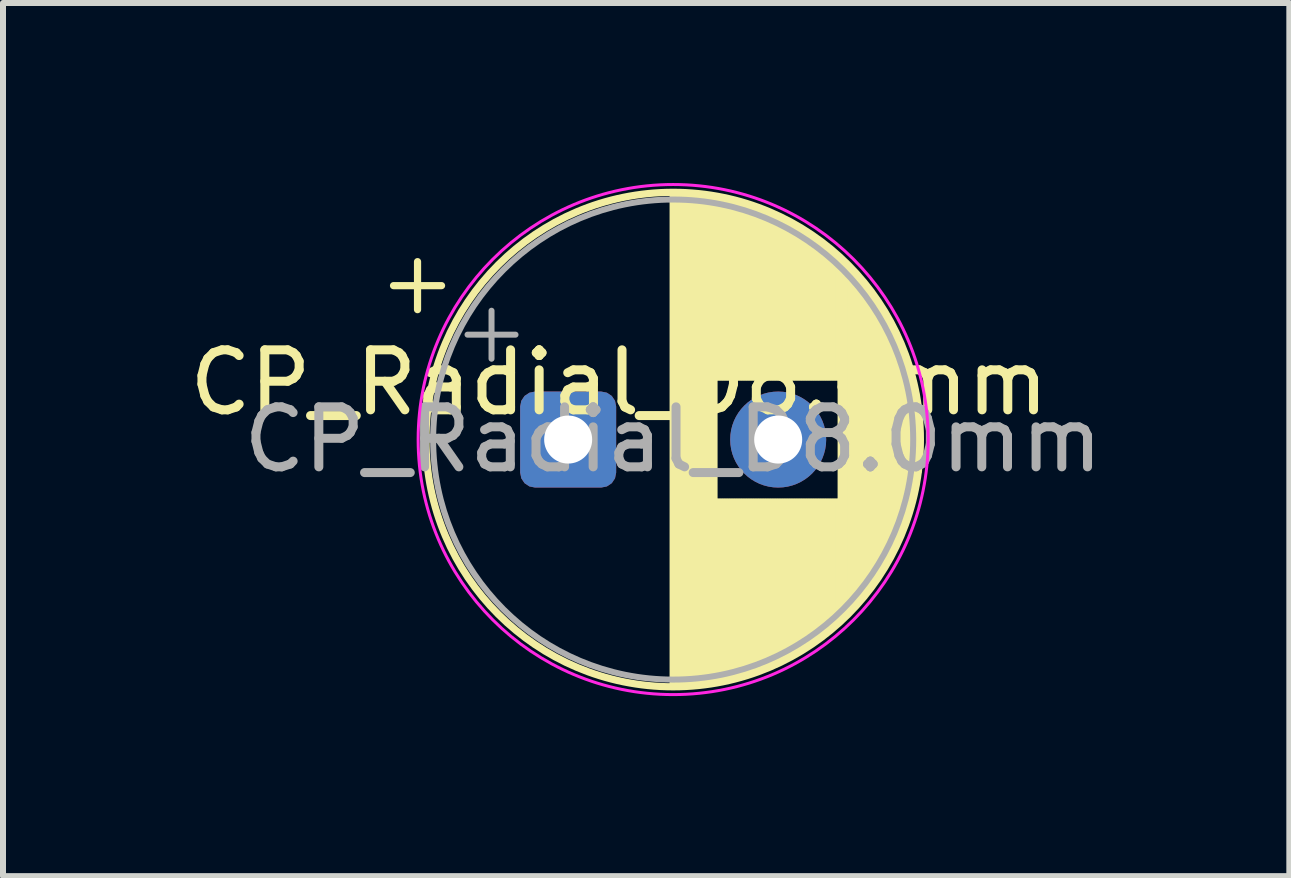
<source format=kicad_pcb>
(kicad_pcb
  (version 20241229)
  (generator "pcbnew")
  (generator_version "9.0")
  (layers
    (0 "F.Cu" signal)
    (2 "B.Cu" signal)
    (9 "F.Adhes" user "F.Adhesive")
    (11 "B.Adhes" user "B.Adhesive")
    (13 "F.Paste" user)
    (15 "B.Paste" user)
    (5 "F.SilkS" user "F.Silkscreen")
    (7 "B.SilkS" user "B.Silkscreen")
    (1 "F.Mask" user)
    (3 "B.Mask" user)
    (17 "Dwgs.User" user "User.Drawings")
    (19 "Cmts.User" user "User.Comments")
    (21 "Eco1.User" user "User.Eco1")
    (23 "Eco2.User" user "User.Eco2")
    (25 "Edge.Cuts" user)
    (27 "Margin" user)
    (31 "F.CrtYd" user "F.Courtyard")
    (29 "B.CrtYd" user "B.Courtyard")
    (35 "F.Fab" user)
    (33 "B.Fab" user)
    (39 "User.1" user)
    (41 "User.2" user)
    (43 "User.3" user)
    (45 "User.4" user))
  (footprint "CP_Radial_D8.0mm"
    (layer "F.Cu")
    (at 6.418 4.275)
    (property "Reference" "CP_Radial_D8.0mm" (at 0.85 -0.95 0) (layer "F.SilkS") (effects (font (size 1 1) (thickness 0.15))))
    (attr through_hole dnp)
    (fp_line (start -2.91 -2.565) (end -2.11 -2.565) (stroke (width 0.12) (type solid)) (layer "F.SilkS"))
    (fp_line (start -2.51 -2.965) (end -2.51 -2.165) (stroke (width 0.12) (type solid)) (layer "F.SilkS"))
    (fp_line (start 1.75 -4.08) (end 1.75 4.08) (stroke (width 0.12) (type solid)) (layer "F.SilkS"))
    (fp_line (start 1.79 -4.08) (end 1.79 4.08) (stroke (width 0.12) (type solid)) (layer "F.SilkS"))
    (fp_line (start 1.83 -4.079) (end 1.83 4.079) (stroke (width 0.12) (type solid)) (layer "F.SilkS"))
    (fp_line (start 1.87 -4.078) (end 1.87 4.078) (stroke (width 0.12) (type solid)) (layer "F.SilkS"))
    (fp_line (start 1.91 -4.077) (end 1.91 4.077) (stroke (width 0.12) (type solid)) (layer "F.SilkS"))
    (fp_line (start 1.95 -4.075) (end 1.95 4.075) (stroke (width 0.12) (type solid)) (layer "F.SilkS"))
    (fp_line (start 1.99 -4.073) (end 1.99 4.073) (stroke (width 0.12) (type solid)) (layer "F.SilkS"))
    (fp_line (start 2.03 -4.07) (end 2.03 4.07) (stroke (width 0.12) (type solid)) (layer "F.SilkS"))
    (fp_line (start 2.07 -4.068) (end 2.07 4.068) (stroke (width 0.12) (type solid)) (layer "F.SilkS"))
    (fp_line (start 2.11 -4.064) (end 2.11 4.064) (stroke (width 0.12) (type solid)) (layer "F.SilkS"))
    (fp_line (start 2.15 -4.061) (end 2.15 4.061) (stroke (width 0.12) (type solid)) (layer "F.SilkS"))
    (fp_line (start 2.19 -4.056) (end 2.19 4.056) (stroke (width 0.12) (type solid)) (layer "F.SilkS"))
    (fp_line (start 2.23 -4.052) (end 2.23 4.052) (stroke (width 0.12) (type solid)) (layer "F.SilkS"))
    (fp_line (start 2.27 -4.047) (end 2.27 4.047) (stroke (width 0.12) (type solid)) (layer "F.SilkS"))
    (fp_line (start 2.31 -4.042) (end 2.31 4.042) (stroke (width 0.12) (type solid)) (layer "F.SilkS"))
    (fp_line (start 2.35 -4.036) (end 2.35 4.036) (stroke (width 0.12) (type solid)) (layer "F.SilkS"))
    (fp_line (start 2.39 -4.03) (end 2.39 4.03) (stroke (width 0.12) (type solid)) (layer "F.SilkS"))
    (fp_line (start 2.43 -4.023) (end 2.43 4.023) (stroke (width 0.12) (type solid)) (layer "F.SilkS"))
    (fp_line (start 2.47 -4.017) (end 2.47 -1.04) (stroke (width 0.12) (type solid)) (layer "F.SilkS"))
    (fp_line (start 2.47 1.04) (end 2.47 4.017) (stroke (width 0.12) (type solid)) (layer "F.SilkS"))
    (fp_line (start 2.51 -4.009) (end 2.51 -1.04) (stroke (width 0.12) (type solid)) (layer "F.SilkS"))
    (fp_line (start 2.51 1.04) (end 2.51 4.009) (stroke (width 0.12) (type solid)) (layer "F.SilkS"))
    (fp_line (start 2.55 -4.002) (end 2.55 -1.04) (stroke (width 0.12) (type solid)) (layer "F.SilkS"))
    (fp_line (start 2.55 1.04) (end 2.55 4.002) (stroke (width 0.12) (type solid)) (layer "F.SilkS"))
    (fp_line (start 2.59 -3.993) (end 2.59 -1.04) (stroke (width 0.12) (type solid)) (layer "F.SilkS"))
    (fp_line (start 2.59 1.04) (end 2.59 3.993) (stroke (width 0.12) (type solid)) (layer "F.SilkS"))
    (fp_line (start 2.63 -3.985) (end 2.63 -1.04) (stroke (width 0.12) (type solid)) (layer "F.SilkS"))
    (fp_line (start 2.63 1.04) (end 2.63 3.985) (stroke (width 0.12) (type solid)) (layer "F.SilkS"))
    (fp_line (start 2.67 -3.976) (end 2.67 -1.04) (stroke (width 0.12) (type solid)) (layer "F.SilkS"))
    (fp_line (start 2.67 1.04) (end 2.67 3.976) (stroke (width 0.12) (type solid)) (layer "F.SilkS"))
    (fp_line (start 2.71 -3.967) (end 2.71 -1.04) (stroke (width 0.12) (type solid)) (layer "F.SilkS"))
    (fp_line (start 2.71 1.04) (end 2.71 3.967) (stroke (width 0.12) (type solid)) (layer "F.SilkS"))
    (fp_line (start 2.75 -3.957) (end 2.75 -1.04) (stroke (width 0.12) (type solid)) (layer "F.SilkS"))
    (fp_line (start 2.75 1.04) (end 2.75 3.957) (stroke (width 0.12) (type solid)) (layer "F.SilkS"))
    (fp_line (start 2.79 -3.947) (end 2.79 -1.04) (stroke (width 0.12) (type solid)) (layer "F.SilkS"))
    (fp_line (start 2.79 1.04) (end 2.79 3.947) (stroke (width 0.12) (type solid)) (layer "F.SilkS"))
    (fp_line (start 2.83 -3.936) (end 2.83 -1.04) (stroke (width 0.12) (type solid)) (layer "F.SilkS"))
    (fp_line (start 2.83 1.04) (end 2.83 3.936) (stroke (width 0.12) (type solid)) (layer "F.SilkS"))
    (fp_line (start 2.87 -3.925) (end 2.87 -1.04) (stroke (width 0.12) (type solid)) (layer "F.SilkS"))
    (fp_line (start 2.87 1.04) (end 2.87 3.925) (stroke (width 0.12) (type solid)) (layer "F.SilkS"))
    (fp_line (start 2.91 -3.913) (end 2.91 -1.04) (stroke (width 0.12) (type solid)) (layer "F.SilkS"))
    (fp_line (start 2.91 1.04) (end 2.91 3.913) (stroke (width 0.12) (type solid)) (layer "F.SilkS"))
    (fp_line (start 2.95 -3.901) (end 2.95 -1.04) (stroke (width 0.12) (type solid)) (layer "F.SilkS"))
    (fp_line (start 2.95 1.04) (end 2.95 3.901) (stroke (width 0.12) (type solid)) (layer "F.SilkS"))
    (fp_line (start 2.99 -3.889) (end 2.99 -1.04) (stroke (width 0.12) (type solid)) (layer "F.SilkS"))
    (fp_line (start 2.99 1.04) (end 2.99 3.889) (stroke (width 0.12) (type solid)) (layer "F.SilkS"))
    (fp_line (start 3.03 -3.876) (end 3.03 -1.04) (stroke (width 0.12) (type solid)) (layer "F.SilkS"))
    (fp_line (start 3.03 1.04) (end 3.03 3.876) (stroke (width 0.12) (type solid)) (layer "F.SilkS"))
    (fp_line (start 3.07 -3.863) (end 3.07 -1.04) (stroke (width 0.12) (type solid)) (layer "F.SilkS"))
    (fp_line (start 3.07 1.04) (end 3.07 3.863) (stroke (width 0.12) (type solid)) (layer "F.SilkS"))
    (fp_line (start 3.11 -3.849) (end 3.11 -1.04) (stroke (width 0.12) (type solid)) (layer "F.SilkS"))
    (fp_line (start 3.11 1.04) (end 3.11 3.849) (stroke (width 0.12) (type solid)) (layer "F.SilkS"))
    (fp_line (start 3.15 -3.835) (end 3.15 -1.04) (stroke (width 0.12) (type solid)) (layer "F.SilkS"))
    (fp_line (start 3.15 1.04) (end 3.15 3.835) (stroke (width 0.12) (type solid)) (layer "F.SilkS"))
    (fp_line (start 3.19 -3.82) (end 3.19 -1.04) (stroke (width 0.12) (type solid)) (layer "F.SilkS"))
    (fp_line (start 3.19 1.04) (end 3.19 3.82) (stroke (width 0.12) (type solid)) (layer "F.SilkS"))
    (fp_line (start 3.23 -3.805) (end 3.23 -1.04) (stroke (width 0.12) (type solid)) (layer "F.SilkS"))
    (fp_line (start 3.23 1.04) (end 3.23 3.805) (stroke (width 0.12) (type solid)) (layer "F.SilkS"))
    (fp_line (start 3.27 -3.789) (end 3.27 -1.04) (stroke (width 0.12) (type solid)) (layer "F.SilkS"))
    (fp_line (start 3.27 1.04) (end 3.27 3.789) (stroke (width 0.12) (type solid)) (layer "F.SilkS"))
    (fp_line (start 3.31 -3.773) (end 3.31 -1.04) (stroke (width 0.12) (type solid)) (layer "F.SilkS"))
    (fp_line (start 3.31 1.04) (end 3.31 3.773) (stroke (width 0.12) (type solid)) (layer "F.SilkS"))
    (fp_line (start 3.35 -3.757) (end 3.35 -1.04) (stroke (width 0.12) (type solid)) (layer "F.SilkS"))
    (fp_line (start 3.35 1.04) (end 3.35 3.757) (stroke (width 0.12) (type solid)) (layer "F.SilkS"))
    (fp_line (start 3.39 -3.74) (end 3.39 -1.04) (stroke (width 0.12) (type solid)) (layer "F.SilkS"))
    (fp_line (start 3.39 1.04) (end 3.39 3.74) (stroke (width 0.12) (type solid)) (layer "F.SilkS"))
    (fp_line (start 3.43 -3.722) (end 3.43 -1.04) (stroke (width 0.12) (type solid)) (layer "F.SilkS"))
    (fp_line (start 3.43 1.04) (end 3.43 3.722) (stroke (width 0.12) (type solid)) (layer "F.SilkS"))
    (fp_line (start 3.47 -3.704) (end 3.47 -1.04) (stroke (width 0.12) (type solid)) (layer "F.SilkS"))
    (fp_line (start 3.47 1.04) (end 3.47 3.704) (stroke (width 0.12) (type solid)) (layer "F.SilkS"))
    (fp_line (start 3.51 -3.685) (end 3.51 -1.04) (stroke (width 0.12) (type solid)) (layer "F.SilkS"))
    (fp_line (start 3.51 1.04) (end 3.51 3.685) (stroke (width 0.12) (type solid)) (layer "F.SilkS"))
    (fp_line (start 3.55 -3.666) (end 3.55 -1.04) (stroke (width 0.12) (type solid)) (layer "F.SilkS"))
    (fp_line (start 3.55 1.04) (end 3.55 3.666) (stroke (width 0.12) (type solid)) (layer "F.SilkS"))
    (fp_line (start 3.59 -3.646) (end 3.59 -1.04) (stroke (width 0.12) (type solid)) (layer "F.SilkS"))
    (fp_line (start 3.59 1.04) (end 3.59 3.646) (stroke (width 0.12) (type solid)) (layer "F.SilkS"))
    (fp_line (start 3.63 -3.626) (end 3.63 -1.04) (stroke (width 0.12) (type solid)) (layer "F.SilkS"))
    (fp_line (start 3.63 1.04) (end 3.63 3.626) (stroke (width 0.12) (type solid)) (layer "F.SilkS"))
    (fp_line (start 3.67 -3.605) (end 3.67 -1.04) (stroke (width 0.12) (type solid)) (layer "F.SilkS"))
    (fp_line (start 3.67 1.04) (end 3.67 3.605) (stroke (width 0.12) (type solid)) (layer "F.SilkS"))
    (fp_line (start 3.71 -3.584) (end 3.71 -1.04) (stroke (width 0.12) (type solid)) (layer "F.SilkS"))
    (fp_line (start 3.71 1.04) (end 3.71 3.584) (stroke (width 0.12) (type solid)) (layer "F.SilkS"))
    (fp_line (start 3.75 -3.562) (end 3.75 -1.04) (stroke (width 0.12) (type solid)) (layer "F.SilkS"))
    (fp_line (start 3.75 1.04) (end 3.75 3.562) (stroke (width 0.12) (type solid)) (layer "F.SilkS"))
    (fp_line (start 3.79 -3.539) (end 3.79 -1.04) (stroke (width 0.12) (type solid)) (layer "F.SilkS"))
    (fp_line (start 3.79 1.04) (end 3.79 3.539) (stroke (width 0.12) (type solid)) (layer "F.SilkS"))
    (fp_line (start 3.83 -3.516) (end 3.83 -1.04) (stroke (width 0.12) (type solid)) (layer "F.SilkS"))
    (fp_line (start 3.83 1.04) (end 3.83 3.516) (stroke (width 0.12) (type solid)) (layer "F.SilkS"))
    (fp_line (start 3.87 -3.493) (end 3.87 -1.04) (stroke (width 0.12) (type solid)) (layer "F.SilkS"))
    (fp_line (start 3.87 1.04) (end 3.87 3.493) (stroke (width 0.12) (type solid)) (layer "F.SilkS"))
    (fp_line (start 3.91 -3.468) (end 3.91 -1.04) (stroke (width 0.12) (type solid)) (layer "F.SilkS"))
    (fp_line (start 3.91 1.04) (end 3.91 3.468) (stroke (width 0.12) (type solid)) (layer "F.SilkS"))
    (fp_line (start 3.95 -3.443) (end 3.95 -1.04) (stroke (width 0.12) (type solid)) (layer "F.SilkS"))
    (fp_line (start 3.95 1.04) (end 3.95 3.443) (stroke (width 0.12) (type solid)) (layer "F.SilkS"))
    (fp_line (start 3.99 -3.418) (end 3.99 -1.04) (stroke (width 0.12) (type solid)) (layer "F.SilkS"))
    (fp_line (start 3.99 1.04) (end 3.99 3.418) (stroke (width 0.12) (type solid)) (layer "F.SilkS"))
    (fp_line (start 4.03 -3.392) (end 4.03 -1.04) (stroke (width 0.12) (type solid)) (layer "F.SilkS"))
    (fp_line (start 4.03 1.04) (end 4.03 3.392) (stroke (width 0.12) (type solid)) (layer "F.SilkS"))
    (fp_line (start 4.07 -3.365) (end 4.07 -1.04) (stroke (width 0.12) (type solid)) (layer "F.SilkS"))
    (fp_line (start 4.07 1.04) (end 4.07 3.365) (stroke (width 0.12) (type solid)) (layer "F.SilkS"))
    (fp_line (start 4.11 -3.337) (end 4.11 -1.04) (stroke (width 0.12) (type solid)) (layer "F.SilkS"))
    (fp_line (start 4.11 1.04) (end 4.11 3.337) (stroke (width 0.12) (type solid)) (layer "F.SilkS"))
    (fp_line (start 4.15 -3.309) (end 4.15 -1.04) (stroke (width 0.12) (type solid)) (layer "F.SilkS"))
    (fp_line (start 4.15 1.04) (end 4.15 3.309) (stroke (width 0.12) (type solid)) (layer "F.SilkS"))
    (fp_line (start 4.19 -3.28) (end 4.19 -1.04) (stroke (width 0.12) (type solid)) (layer "F.SilkS"))
    (fp_line (start 4.19 1.04) (end 4.19 3.28) (stroke (width 0.12) (type solid)) (layer "F.SilkS"))
    (fp_line (start 4.23 -3.25) (end 4.23 -1.04) (stroke (width 0.12) (type solid)) (layer "F.SilkS"))
    (fp_line (start 4.23 1.04) (end 4.23 3.25) (stroke (width 0.12) (type solid)) (layer "F.SilkS"))
    (fp_line (start 4.27 -3.219) (end 4.27 -1.04) (stroke (width 0.12) (type solid)) (layer "F.SilkS"))
    (fp_line (start 4.27 1.04) (end 4.27 3.219) (stroke (width 0.12) (type solid)) (layer "F.SilkS"))
    (fp_line (start 4.31 -3.188) (end 4.31 -1.04) (stroke (width 0.12) (type solid)) (layer "F.SilkS"))
    (fp_line (start 4.31 1.04) (end 4.31 3.188) (stroke (width 0.12) (type solid)) (layer "F.SilkS"))
    (fp_line (start 4.35 -3.156) (end 4.35 -1.04) (stroke (width 0.12) (type solid)) (layer "F.SilkS"))
    (fp_line (start 4.35 1.04) (end 4.35 3.156) (stroke (width 0.12) (type solid)) (layer "F.SilkS"))
    (fp_line (start 4.39 -3.123) (end 4.39 -1.04) (stroke (width 0.12) (type solid)) (layer "F.SilkS"))
    (fp_line (start 4.39 1.04) (end 4.39 3.123) (stroke (width 0.12) (type solid)) (layer "F.SilkS"))
    (fp_line (start 4.43 -3.089) (end 4.43 -1.04) (stroke (width 0.12) (type solid)) (layer "F.SilkS"))
    (fp_line (start 4.43 1.04) (end 4.43 3.089) (stroke (width 0.12) (type solid)) (layer "F.SilkS"))
    (fp_line (start 4.47 -3.055) (end 4.47 -1.04) (stroke (width 0.12) (type solid)) (layer "F.SilkS"))
    (fp_line (start 4.47 1.04) (end 4.47 3.055) (stroke (width 0.12) (type solid)) (layer "F.SilkS"))
    (fp_line (start 4.51 -3.019) (end 4.51 -1.04) (stroke (width 0.12) (type solid)) (layer "F.SilkS"))
    (fp_line (start 4.51 1.04) (end 4.51 3.019) (stroke (width 0.12) (type solid)) (layer "F.SilkS"))
    (fp_line (start 4.55 -2.982) (end 4.55 2.982) (stroke (width 0.12) (type solid)) (layer "F.SilkS"))
    (fp_line (start 4.59 -2.945) (end 4.59 2.945) (stroke (width 0.12) (type solid)) (layer "F.SilkS"))
    (fp_line (start 4.63 -2.906) (end 4.63 2.906) (stroke (width 0.12) (type solid)) (layer "F.SilkS"))
    (fp_line (start 4.67 -2.867) (end 4.67 2.867) (stroke (width 0.12) (type solid)) (layer "F.SilkS"))
    (fp_line (start 4.71 -2.826) (end 4.71 2.826) (stroke (width 0.12) (type solid)) (layer "F.SilkS"))
    (fp_line (start 4.75 -2.784) (end 4.75 2.784) (stroke (width 0.12) (type solid)) (layer "F.SilkS"))
    (fp_line (start 4.79 -2.741) (end 4.79 2.741) (stroke (width 0.12) (type solid)) (layer "F.SilkS"))
    (fp_line (start 4.83 -2.696) (end 4.83 2.696) (stroke (width 0.12) (type solid)) (layer "F.SilkS"))
    (fp_line (start 4.87 -2.651) (end 4.87 2.651) (stroke (width 0.12) (type solid)) (layer "F.SilkS"))
    (fp_line (start 4.91 -2.604) (end 4.91 2.604) (stroke (width 0.12) (type solid)) (layer "F.SilkS"))
    (fp_line (start 4.95 -2.555) (end 4.95 2.555) (stroke (width 0.12) (type solid)) (layer "F.SilkS"))
    (fp_line (start 4.99 -2.505) (end 4.99 2.505) (stroke (width 0.12) (type solid)) (layer "F.SilkS"))
    (fp_line (start 5.03 -2.453) (end 5.03 2.453) (stroke (width 0.12) (type solid)) (layer "F.SilkS"))
    (fp_line (start 5.07 -2.4) (end 5.07 2.4) (stroke (width 0.12) (type solid)) (layer "F.SilkS"))
    (fp_line (start 5.11 -2.344) (end 5.11 2.344) (stroke (width 0.12) (type solid)) (layer "F.SilkS"))
    (fp_line (start 5.15 -2.287) (end 5.15 2.287) (stroke (width 0.12) (type solid)) (layer "F.SilkS"))
    (fp_line (start 5.19 -2.227) (end 5.19 2.227) (stroke (width 0.12) (type solid)) (layer "F.SilkS"))
    (fp_line (start 5.23 -2.165) (end 5.23 2.165) (stroke (width 0.12) (type solid)) (layer "F.SilkS"))
    (fp_line (start 5.27 -2.101) (end 5.27 2.101) (stroke (width 0.12) (type solid)) (layer "F.SilkS"))
    (fp_line (start 5.31 -2.034) (end 5.31 2.034) (stroke (width 0.12) (type solid)) (layer "F.SilkS"))
    (fp_line (start 5.35 -1.964) (end 5.35 1.964) (stroke (width 0.12) (type solid)) (layer "F.SilkS"))
    (fp_line (start 5.39 -1.89) (end 5.39 1.89) (stroke (width 0.12) (type solid)) (layer "F.SilkS"))
    (fp_line (start 5.43 -1.813) (end 5.43 1.813) (stroke (width 0.12) (type solid)) (layer "F.SilkS"))
    (fp_line (start 5.47 -1.731) (end 5.47 1.731) (stroke (width 0.12) (type solid)) (layer "F.SilkS"))
    (fp_line (start 5.51 -1.644) (end 5.51 1.644) (stroke (width 0.12) (type solid)) (layer "F.SilkS"))
    (fp_line (start 5.55 -1.552) (end 5.55 1.552) (stroke (width 0.12) (type solid)) (layer "F.SilkS"))
    (fp_line (start 5.59 -1.453) (end 5.59 1.453) (stroke (width 0.12) (type solid)) (layer "F.SilkS"))
    (fp_line (start 5.63 -1.346) (end 5.63 1.346) (stroke (width 0.12) (type solid)) (layer "F.SilkS"))
    (fp_line (start 5.67 -1.228) (end 5.67 1.228) (stroke (width 0.12) (type solid)) (layer "F.SilkS"))
    (fp_line (start 5.71 -1.097) (end 5.71 1.097) (stroke (width 0.12) (type solid)) (layer "F.SilkS"))
    (fp_line (start 5.75 -0.947) (end 5.75 0.947) (stroke (width 0.12) (type solid)) (layer "F.SilkS"))
    (fp_line (start 5.79 -0.768) (end 5.79 0.768) (stroke (width 0.12) (type solid)) (layer "F.SilkS"))
    (fp_line (start 5.83 -0.533) (end 5.83 0.533) (stroke (width 0.12) (type solid)) (layer "F.SilkS"))
    (fp_circle (center 1.75 0) (end 5.87 0) (stroke (width 0.12) (type solid)) (fill no) (layer "F.SilkS"))
    (fp_circle (center 1.75 0) (end 6 0) (stroke (width 0.05) (type solid)) (fill no) (layer "F.CrtYd"))
    (fp_line (start -1.677 -1.748) (end -0.877 -1.748) (stroke (width 0.1) (type solid)) (layer "F.Fab"))
    (fp_line (start -1.277 -2.147) (end -1.277 -1.347) (stroke (width 0.1) (type solid)) (layer "F.Fab"))
    (fp_circle (center 1.75 0) (end 5.75 0) (stroke (width 0.1) (type solid)) (fill no) (layer "F.Fab"))
    (fp_text user "${REFERENCE}" (at 1.75 0 0) (layer "F.Fab") (effects (font (size 1 1) (thickness 0.15))))
    (pad "1" thru_hole roundrect (at 0 0) (size 1.6 1.6) (drill 0.8) (layers "*.Cu" "*.Mask") (roundrect_rratio 0.156))
    (pad "2" thru_hole circle (at 3.5 0) (size 1.6 1.6) (drill 0.8) (layers "*.Cu" "*.Mask")))
  (gr_rect
    (start -3 -3)
    (end 18.436 11.55)
    (stroke (width 0.1) (type default))
    (fill no)
    (layer "Edge.Cuts")))
</source>
